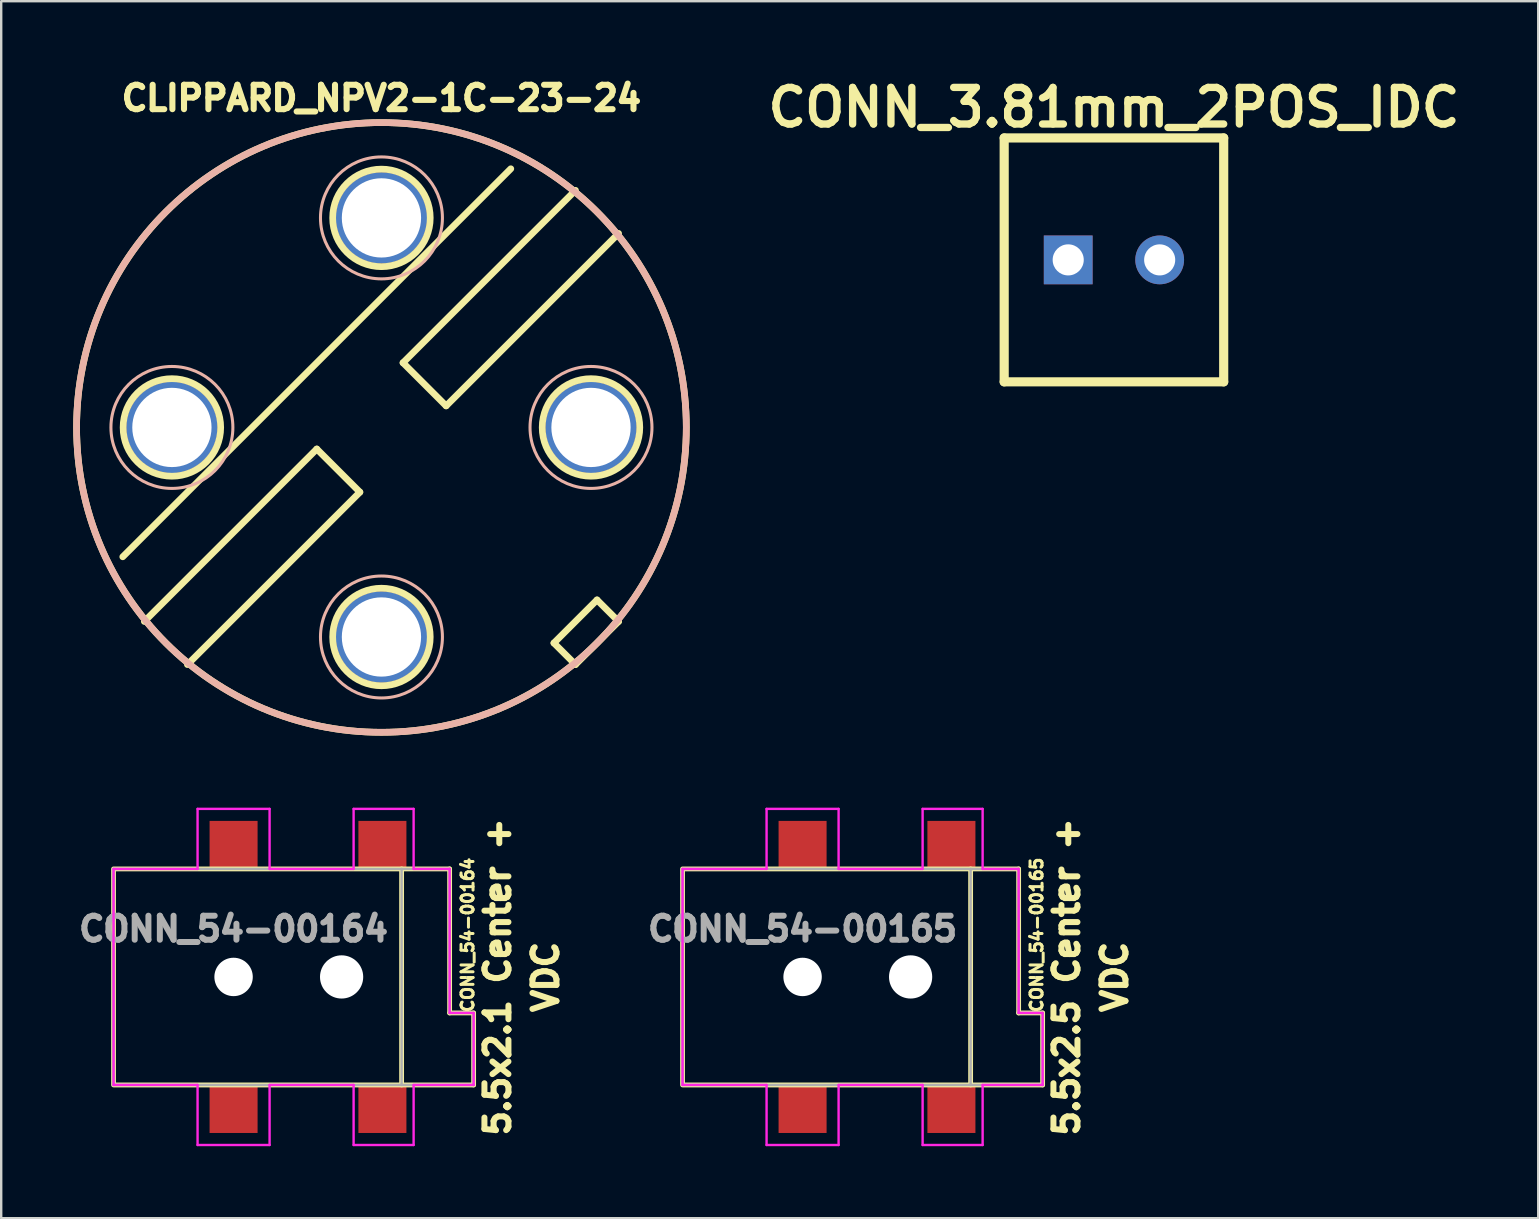
<source format=kicad_pcb>
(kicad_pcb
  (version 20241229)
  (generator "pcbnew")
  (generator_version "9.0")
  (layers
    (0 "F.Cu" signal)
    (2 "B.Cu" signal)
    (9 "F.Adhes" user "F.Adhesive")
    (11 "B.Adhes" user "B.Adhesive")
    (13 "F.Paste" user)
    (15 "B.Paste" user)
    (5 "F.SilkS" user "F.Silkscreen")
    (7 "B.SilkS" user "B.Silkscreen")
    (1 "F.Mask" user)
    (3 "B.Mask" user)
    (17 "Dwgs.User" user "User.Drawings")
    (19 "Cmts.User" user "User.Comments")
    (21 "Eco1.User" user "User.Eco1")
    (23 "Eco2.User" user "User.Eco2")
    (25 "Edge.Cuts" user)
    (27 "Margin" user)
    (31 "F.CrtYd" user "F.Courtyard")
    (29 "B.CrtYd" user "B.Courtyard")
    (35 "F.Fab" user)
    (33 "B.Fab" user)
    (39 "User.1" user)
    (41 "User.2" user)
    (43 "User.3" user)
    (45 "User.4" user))
  (footprint "CLIPPARD_NPV2-1C-23-24"
    (layer "F.Cu")
    (at 12.84 14.756)
    (property "Reference" "CLIPPARD_NPV2-1C-23-24" (at 0 -13.716 180) (layer "F.SilkS") (effects (font (size 1.016 1.016) (thickness 0.254))))
    (property "Value" "${VALUE}" (at 0 13.716 0) (layer "F.SilkS") (hide yes) (effects (font (size 1.016 1.016) (thickness 0.254))))
    (attr through_hole)
    (fp_line (start -10.776 5.388) (end 5.388 -10.776) (stroke (width 0.279) (type solid)) (layer "F.SilkS"))
    (fp_line (start -9.878 8.082) (end -2.694 0.898) (stroke (width 0.279) (type solid)) (layer "F.SilkS"))
    (fp_line (start -2.694 0.898) (end -0.898 2.694) (stroke (width 0.279) (type solid)) (layer "F.SilkS"))
    (fp_line (start -0.898 2.694) (end -8.082 9.878) (stroke (width 0.279) (type solid)) (layer "F.SilkS"))
    (fp_line (start 0.898 -2.694) (end 2.694 -0.898) (stroke (width 0.279) (type solid)) (layer "F.SilkS"))
    (fp_line (start 2.694 -0.898) (end 9.878 -8.082) (stroke (width 0.279) (type solid)) (layer "F.SilkS"))
    (fp_line (start 7.184 8.98) (end 8.082 9.878) (stroke (width 0.279) (type solid)) (layer "F.SilkS"))
    (fp_line (start 8.082 -9.878) (end 0.898 -2.694) (stroke (width 0.279) (type solid)) (layer "F.SilkS"))
    (fp_line (start 8.98 7.184) (end 7.184 8.98) (stroke (width 0.279) (type solid)) (layer "F.SilkS"))
    (fp_line (start 9.878 8.082) (end 8.082 9.878) (stroke (width 0.279) (type solid)) (layer "F.SilkS"))
    (fp_line (start 9.878 8.082) (end 8.98 7.184) (stroke (width 0.279) (type solid)) (layer "F.SilkS"))
    (fp_circle (center -8.729 0) (end -6.697 0) (stroke (width 0.279) (type solid)) (fill no) (layer "F.SilkS"))
    (fp_circle (center 0 -8.729) (end 2.032 -8.729) (stroke (width 0.279) (type solid)) (fill no) (layer "F.SilkS"))
    (fp_circle (center 0 0) (end 8.98 8.98) (stroke (width 0.279) (type solid)) (fill no) (layer "F.SilkS"))
    (fp_circle (center 0 8.729) (end 2.032 8.729) (stroke (width 0.279) (type solid)) (fill no) (layer "F.SilkS"))
    (fp_circle (center 8.729 0) (end 10.761 0) (stroke (width 0.279) (type solid)) (fill no) (layer "F.SilkS"))
    (fp_circle (center -8.729 0) (end -6.933 1.796) (stroke (width 0.127) (type solid)) (fill no) (layer "B.SilkS"))
    (fp_circle (center 0 -8.729) (end 1.796 -6.933) (stroke (width 0.127) (type solid)) (fill no) (layer "B.SilkS"))
    (fp_circle (center 0 0) (end 8.98 -8.98) (stroke (width 0.279) (type solid)) (fill no) (layer "B.SilkS"))
    (fp_circle (center 0 8.729) (end 1.796 10.525) (stroke (width 0.127) (type solid)) (fill no) (layer "B.SilkS"))
    (fp_circle (center 8.729 0) (end 10.525 1.796) (stroke (width 0.127) (type solid)) (fill no) (layer "B.SilkS"))
    (pad "" thru_hole circle (at -8.729 0 315) (size 3.81 3.81) (drill 3.302) (layers "*.Cu" "*.Mask"))
    (pad "" thru_hole circle (at 0 -8.729 315) (size 3.81 3.81) (drill 3.302) (layers "*.Cu" "*.Mask"))
    (pad "" thru_hole circle (at 0 8.729 315) (size 3.81 3.81) (drill 3.302) (layers "*.Cu" "*.Mask"))
    (pad "" thru_hole circle (at 8.729 0 315) (size 3.81 3.81) (drill 3.302) (layers "*.Cu" "*.Mask")))
  (footprint "CONN_3.81mm_2POS_IDC"
    (layer "F.Cu")
    (at 43.353 7.776)
    (property "Reference" "CONN_3.81mm_2POS_IDC" (at 0 -6.35 0) (layer "F.SilkS") (effects (font (size 1.524 1.524) (thickness 0.305))))
    (property "Value" "${VALUE}" (at 6.096 0 90) (layer "F.SilkS") (hide yes) (effects (font (size 1.524 1.524) (thickness 0.305))))
    (attr through_hole)
    (fp_line (start -4.572 -5.08) (end -4.572 5.08) (stroke (width 0.381) (type solid)) (layer "F.SilkS"))
    (fp_line (start -4.572 5.08) (end 4.572 5.08) (stroke (width 0.381) (type solid)) (layer "F.SilkS"))
    (fp_line (start 4.572 -5.08) (end -4.572 -5.08) (stroke (width 0.381) (type solid)) (layer "F.SilkS"))
    (fp_line (start 4.572 5.08) (end 4.572 -5.08) (stroke (width 0.381) (type solid)) (layer "F.SilkS"))
    (pad "1" thru_hole rect (at -1.905 0) (size 2.032 2.032) (drill 1.295) (layers "*.Cu" "*.Mask"))
    (pad "2" thru_hole circle (at 1.905 0) (size 2.032 2.032) (drill 1.295) (layers "*.Cu" "*.Mask")))
  (footprint "CONN_54-00164"
    (layer "F.Cu")
    (at 6.68 37.646)
    (property "Reference" "CONN_54-00164" (at 9.75 -1.75 90) (unlocked yes) (layer "F.SilkS") (effects (font (size 0.5 0.5) (thickness 0.125) (bold yes))))
    (attr smd)
    (fp_line (start 7 4.5) (end 10 4.5) (stroke (width 0.2) (type default)) (layer "F.SilkS"))
    (fp_line (start 9 -4.5) (end 7 -4.5) (stroke (width 0.2) (type default)) (layer "F.SilkS"))
    (fp_line (start 9 1.5) (end 9 -4.5) (stroke (width 0.2) (type default)) (layer "F.SilkS"))
    (fp_line (start 10 1.5) (end 9 1.5) (stroke (width 0.2) (type default)) (layer "F.SilkS"))
    (fp_line (start 10 4.5) (end 10 1.5) (stroke (width 0.2) (type default)) (layer "F.SilkS"))
    (fp_rect (start -5 -4.5) (end 7 4.5) (stroke (width 0.2) (type default)) (fill no) (layer "F.SilkS"))
    (fp_line (start -5 -4.5) (end -5 4.5) (stroke (width 0.1) (type default)) (layer "F.CrtYd"))
    (fp_line (start -5 4.5) (end -1.5 4.5) (stroke (width 0.1) (type default)) (layer "F.CrtYd"))
    (fp_line (start -1.5 -7) (end -1.5 -4.5) (stroke (width 0.1) (type default)) (layer "F.CrtYd"))
    (fp_line (start -1.5 -4.5) (end -5 -4.5) (stroke (width 0.1) (type default)) (layer "F.CrtYd"))
    (fp_line (start -1.5 4.5) (end -1.5 7) (stroke (width 0.1) (type default)) (layer "F.CrtYd"))
    (fp_line (start -1.5 7) (end 1.5 7) (stroke (width 0.1) (type default)) (layer "F.CrtYd"))
    (fp_line (start 1.5 -7) (end -1.5 -7) (stroke (width 0.1) (type default)) (layer "F.CrtYd"))
    (fp_line (start 1.5 -4.5) (end 1.5 -7) (stroke (width 0.1) (type default)) (layer "F.CrtYd"))
    (fp_line (start 1.5 4.5) (end 5 4.5) (stroke (width 0.1) (type default)) (layer "F.CrtYd"))
    (fp_line (start 1.5 7) (end 1.5 4.5) (stroke (width 0.1) (type default)) (layer "F.CrtYd"))
    (fp_line (start 5 -7) (end 5 -4.5) (stroke (width 0.1) (type default)) (layer "F.CrtYd"))
    (fp_line (start 5 -4.5) (end 1.5 -4.5) (stroke (width 0.1) (type default)) (layer "F.CrtYd"))
    (fp_line (start 5 4.5) (end 5 7) (stroke (width 0.1) (type default)) (layer "F.CrtYd"))
    (fp_line (start 5 7) (end 7.5 7) (stroke (width 0.1) (type default)) (layer "F.CrtYd"))
    (fp_line (start 7.5 -7) (end 5 -7) (stroke (width 0.1) (type default)) (layer "F.CrtYd"))
    (fp_line (start 7.5 -4.5) (end 7.5 -7) (stroke (width 0.1) (type default)) (layer "F.CrtYd"))
    (fp_line (start 7.5 4.5) (end 10 4.5) (stroke (width 0.1) (type default)) (layer "F.CrtYd"))
    (fp_line (start 7.5 7) (end 7.5 4.5) (stroke (width 0.1) (type default)) (layer "F.CrtYd"))
    (fp_line (start 9 -4.5) (end 7.5 -4.5) (stroke (width 0.1) (type default)) (layer "F.CrtYd"))
    (fp_line (start 9 1.5) (end 9 -4.5) (stroke (width 0.1) (type default)) (layer "F.CrtYd"))
    (fp_line (start 10 1.5) (end 9 1.5) (stroke (width 0.1) (type default)) (layer "F.CrtYd"))
    (fp_line (start 10 4.5) (end 10 1.5) (stroke (width 0.1) (type default)) (layer "F.CrtYd"))
    (fp_line (start 7 4.5) (end 10 4.5) (stroke (width 0.1) (type default)) (layer "F.Fab"))
    (fp_line (start 9 -4.5) (end 7 -4.5) (stroke (width 0.1) (type default)) (layer "F.Fab"))
    (fp_line (start 9 1.5) (end 9 -4.5) (stroke (width 0.1) (type default)) (layer "F.Fab"))
    (fp_line (start 10 1.5) (end 9 1.5) (stroke (width 0.1) (type default)) (layer "F.Fab"))
    (fp_line (start 10 4.5) (end 10 1.5) (stroke (width 0.1) (type default)) (layer "F.Fab"))
    (fp_rect (start -5 -4.5) (end 7 4.5) (stroke (width 0.1) (type default)) (fill no) (layer "F.Fab"))
    (fp_circle (center 9.701 0) (end 9.701 0) (stroke (width 0.025) (type solid)) (fill no) (layer "F.Fab"))
    (fp_text user "VDC" (at 13 0 90) (unlocked yes) (layer "F.SilkS") (effects (font (size 1 1) (thickness 0.25) (bold yes))))
    (fp_text user "5.5x2.1 Center +" (at 11 0 90) (unlocked yes) (layer "F.SilkS") (effects (font (size 1 1) (thickness 0.25) (bold yes))))
    (fp_text user "${REFERENCE}" (at 0 -2 0) (unlocked yes) (layer "F.Fab") (effects (font (size 1 1) (thickness 0.25) (bold yes))))
    (pad "" np_thru_hole circle (at 0 0) (size 1.6 1.6) (drill 1.6) (layers "*.Cu" "*.Mask"))
    (pad "" np_thru_hole circle (at 4.5 0) (size 1.8 1.8) (drill 1.8) (layers "*.Cu" "*.Mask"))
    (pad "1" smd rect (at 0 -5.5) (size 2 2) (layers "F.Cu" "F.Mask" "F.Paste"))
    (pad "1" smd rect (at 6.2 -5.5) (size 2 2) (layers "F.Cu" "F.Mask" "F.Paste"))
    (pad "2" smd rect (at 0 5.5) (size 2 2) (layers "F.Cu" "F.Mask" "F.Paste"))
    (pad "3" smd rect (at 6.2 5.5) (size 2 2) (layers "F.Cu" "F.Mask" "F.Paste")))
  (footprint "CONN_54-00165"
    (layer "F.Cu")
    (at 30.383 37.646)
    (property "Reference" "CONN_54-00165" (at 9.75 -1.75 90) (unlocked yes) (layer "F.SilkS") (effects (font (size 0.5 0.5) (thickness 0.125) (bold yes))))
    (attr smd)
    (fp_line (start 7 4.5) (end 10 4.5) (stroke (width 0.2) (type default)) (layer "F.SilkS"))
    (fp_line (start 9 -4.5) (end 7 -4.5) (stroke (width 0.2) (type default)) (layer "F.SilkS"))
    (fp_line (start 9 1.5) (end 9 -4.5) (stroke (width 0.2) (type default)) (layer "F.SilkS"))
    (fp_line (start 10 1.5) (end 9 1.5) (stroke (width 0.2) (type default)) (layer "F.SilkS"))
    (fp_line (start 10 4.5) (end 10 1.5) (stroke (width 0.2) (type default)) (layer "F.SilkS"))
    (fp_rect (start -5 -4.5) (end 7 4.5) (stroke (width 0.2) (type default)) (fill no) (layer "F.SilkS"))
    (fp_line (start -5 -4.5) (end -5 4.5) (stroke (width 0.1) (type default)) (layer "F.CrtYd"))
    (fp_line (start -5 4.5) (end -1.5 4.5) (stroke (width 0.1) (type default)) (layer "F.CrtYd"))
    (fp_line (start -1.5 -7) (end -1.5 -4.5) (stroke (width 0.1) (type default)) (layer "F.CrtYd"))
    (fp_line (start -1.5 -4.5) (end -5 -4.5) (stroke (width 0.1) (type default)) (layer "F.CrtYd"))
    (fp_line (start -1.5 4.5) (end -1.5 7) (stroke (width 0.1) (type default)) (layer "F.CrtYd"))
    (fp_line (start -1.5 7) (end 1.5 7) (stroke (width 0.1) (type default)) (layer "F.CrtYd"))
    (fp_line (start 1.5 -7) (end -1.5 -7) (stroke (width 0.1) (type default)) (layer "F.CrtYd"))
    (fp_line (start 1.5 -4.5) (end 1.5 -7) (stroke (width 0.1) (type default)) (layer "F.CrtYd"))
    (fp_line (start 1.5 4.5) (end 5 4.5) (stroke (width 0.1) (type default)) (layer "F.CrtYd"))
    (fp_line (start 1.5 7) (end 1.5 4.5) (stroke (width 0.1) (type default)) (layer "F.CrtYd"))
    (fp_line (start 5 -7) (end 5 -4.5) (stroke (width 0.1) (type default)) (layer "F.CrtYd"))
    (fp_line (start 5 -4.5) (end 1.5 -4.5) (stroke (width 0.1) (type default)) (layer "F.CrtYd"))
    (fp_line (start 5 4.5) (end 5 7) (stroke (width 0.1) (type default)) (layer "F.CrtYd"))
    (fp_line (start 5 7) (end 7.5 7) (stroke (width 0.1) (type default)) (layer "F.CrtYd"))
    (fp_line (start 7.5 -7) (end 5 -7) (stroke (width 0.1) (type default)) (layer "F.CrtYd"))
    (fp_line (start 7.5 -4.5) (end 7.5 -7) (stroke (width 0.1) (type default)) (layer "F.CrtYd"))
    (fp_line (start 7.5 4.5) (end 10 4.5) (stroke (width 0.1) (type default)) (layer "F.CrtYd"))
    (fp_line (start 7.5 7) (end 7.5 4.5) (stroke (width 0.1) (type default)) (layer "F.CrtYd"))
    (fp_line (start 9 -4.5) (end 7.5 -4.5) (stroke (width 0.1) (type default)) (layer "F.CrtYd"))
    (fp_line (start 9 1.5) (end 9 -4.5) (stroke (width 0.1) (type default)) (layer "F.CrtYd"))
    (fp_line (start 10 1.5) (end 9 1.5) (stroke (width 0.1) (type default)) (layer "F.CrtYd"))
    (fp_line (start 10 4.5) (end 10 1.5) (stroke (width 0.1) (type default)) (layer "F.CrtYd"))
    (fp_line (start 7 4.5) (end 10 4.5) (stroke (width 0.1) (type default)) (layer "F.Fab"))
    (fp_line (start 9 -4.5) (end 7 -4.5) (stroke (width 0.1) (type default)) (layer "F.Fab"))
    (fp_line (start 9 1.5) (end 9 -4.5) (stroke (width 0.1) (type default)) (layer "F.Fab"))
    (fp_line (start 10 1.5) (end 9 1.5) (stroke (width 0.1) (type default)) (layer "F.Fab"))
    (fp_line (start 10 4.5) (end 10 1.5) (stroke (width 0.1) (type default)) (layer "F.Fab"))
    (fp_rect (start -5 -4.5) (end 7 4.5) (stroke (width 0.1) (type default)) (fill no) (layer "F.Fab"))
    (fp_circle (center 9.701 0) (end 9.701 0) (stroke (width 0.025) (type solid)) (fill no) (layer "F.Fab"))
    (fp_text user "5.5x2.5 Center +" (at 11 0 90) (unlocked yes) (layer "F.SilkS") (effects (font (size 1 1) (thickness 0.25) (bold yes))))
    (fp_text user "VDC" (at 13 0 90) (unlocked yes) (layer "F.SilkS") (effects (font (size 1 1) (thickness 0.25) (bold yes))))
    (fp_text user "${REFERENCE}" (at 0 -2 0) (unlocked yes) (layer "F.Fab") (effects (font (size 1 1) (thickness 0.25) (bold yes))))
    (pad "" np_thru_hole circle (at 0 0) (size 1.6 1.6) (drill 1.6) (layers "*.Cu" "*.Mask"))
    (pad "" np_thru_hole circle (at 4.5 0) (size 1.8 1.8) (drill 1.8) (layers "*.Cu" "*.Mask"))
    (pad "1" smd rect (at 0 -5.5) (size 2 2) (layers "F.Cu" "F.Mask" "F.Paste"))
    (pad "1" smd rect (at 6.2 -5.5) (size 2 2) (layers "F.Cu" "F.Mask" "F.Paste"))
    (pad "2" smd rect (at 0 5.5) (size 2 2) (layers "F.Cu" "F.Mask" "F.Paste"))
    (pad "3" smd rect (at 6.2 5.5) (size 2 2) (layers "F.Cu" "F.Mask" "F.Paste")))
  (gr_rect
    (start -3 -3)
    (end 61.027 47.696)
    (stroke (width 0.1) (type default))
    (fill no)
    (layer "Edge.Cuts")))
</source>
